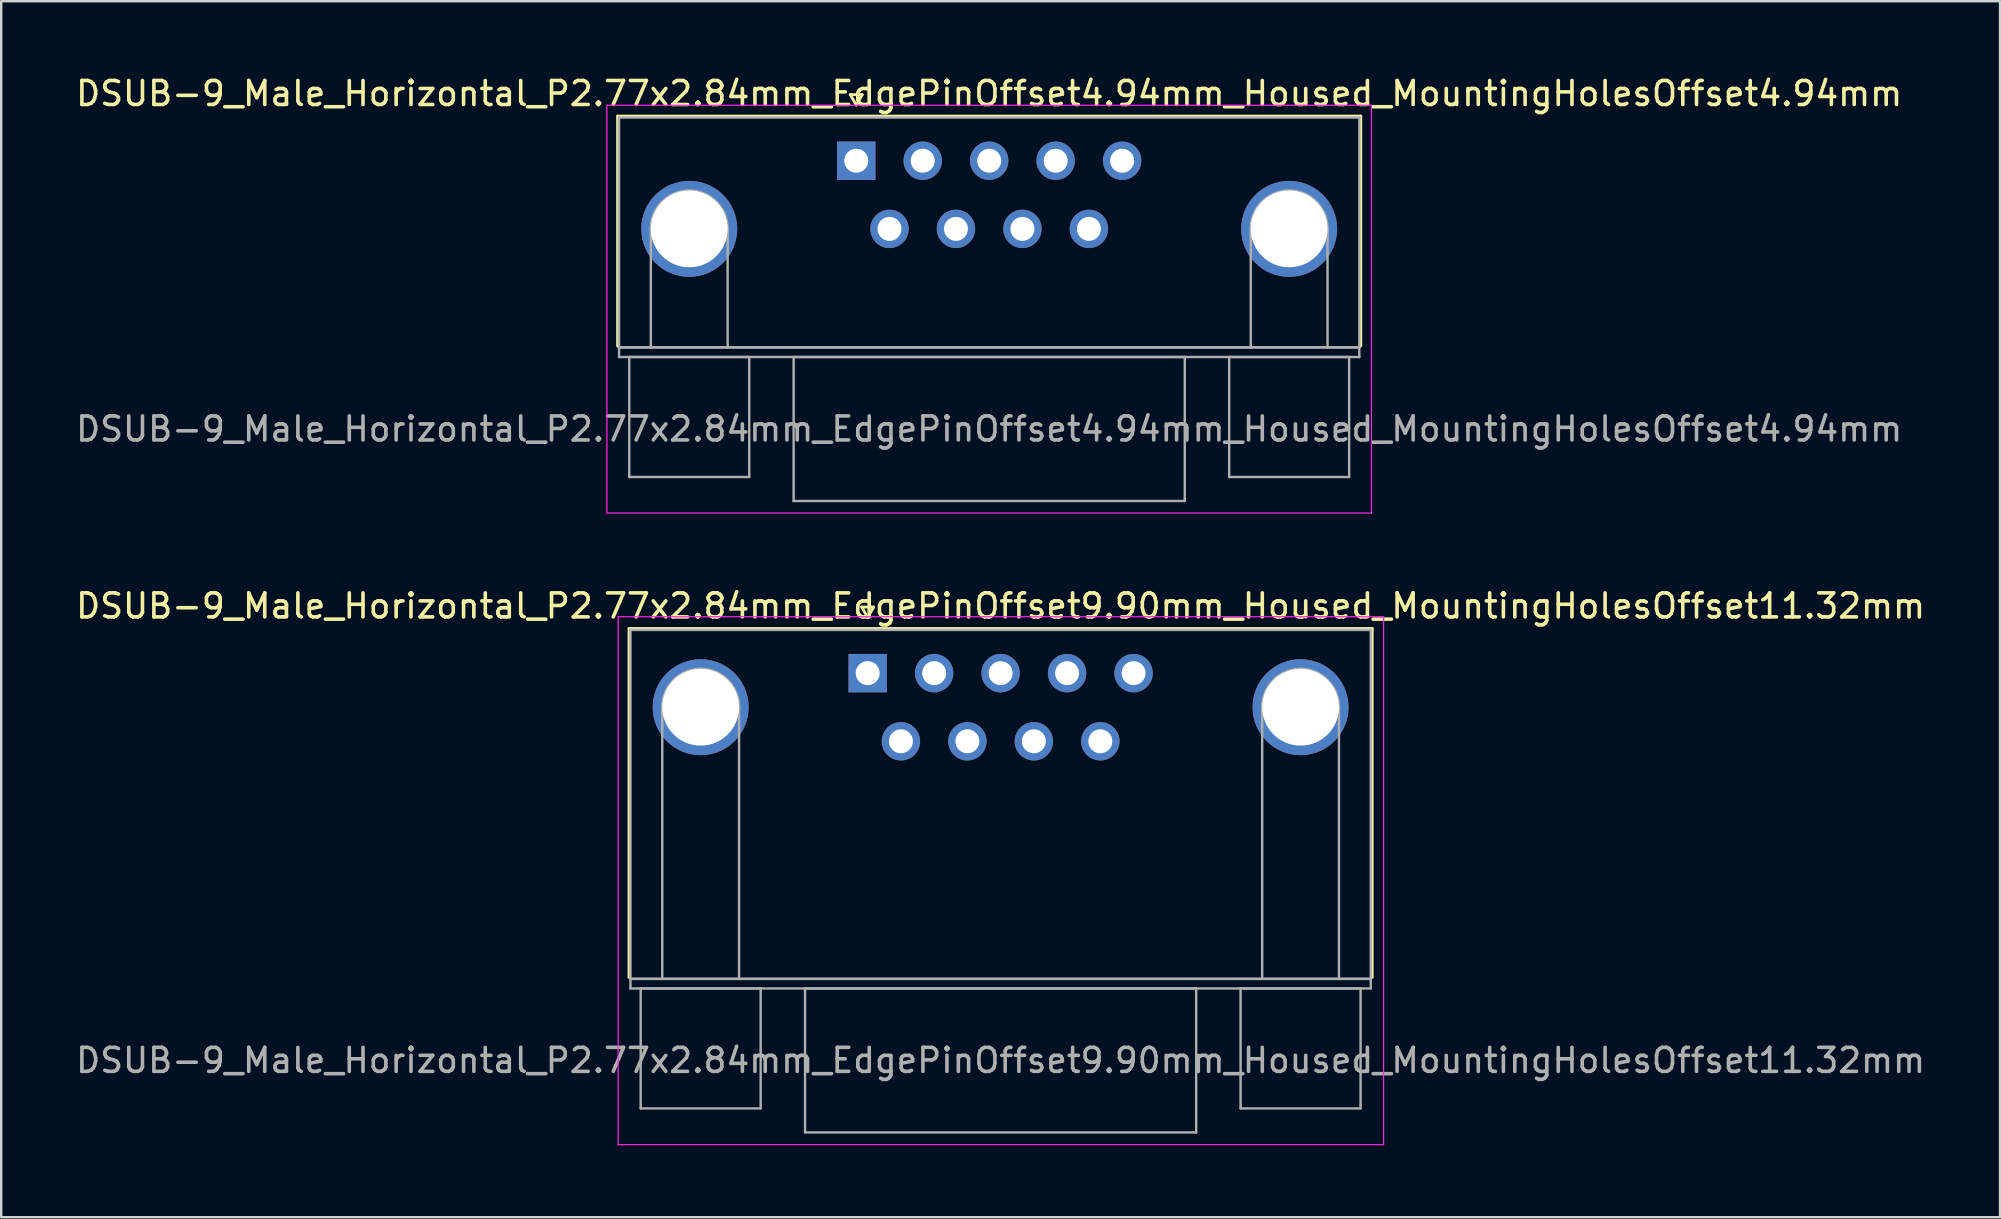
<source format=kicad_pcb>
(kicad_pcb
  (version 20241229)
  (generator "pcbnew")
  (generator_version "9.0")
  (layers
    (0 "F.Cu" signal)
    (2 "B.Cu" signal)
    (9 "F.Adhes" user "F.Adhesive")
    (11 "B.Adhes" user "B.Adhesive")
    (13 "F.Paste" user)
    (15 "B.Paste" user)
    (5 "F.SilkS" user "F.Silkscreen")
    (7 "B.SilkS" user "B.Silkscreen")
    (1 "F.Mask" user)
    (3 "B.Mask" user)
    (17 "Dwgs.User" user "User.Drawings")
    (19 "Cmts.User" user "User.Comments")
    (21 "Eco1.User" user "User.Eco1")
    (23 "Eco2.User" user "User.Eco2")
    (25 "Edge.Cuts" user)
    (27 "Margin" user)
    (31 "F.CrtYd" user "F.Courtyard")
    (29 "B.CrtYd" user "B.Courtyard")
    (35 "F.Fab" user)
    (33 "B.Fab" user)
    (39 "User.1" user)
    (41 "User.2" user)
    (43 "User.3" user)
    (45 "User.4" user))
  (footprint "DSUB-9_Male_Horizontal_P2.77x2.84mm_EdgePinOffset4.94mm_Housed_MountingHolesOffset4.94mm"
    (layer "F.Cu")
    (at 32.633 3.648)
    (property "Reference" "DSUB-9_Male_Horizontal_P2.77x2.84mm_EdgePinOffset4.94mm_Housed_MountingHolesOffset4.94mm" (at 5.54 -2.8 0) (layer "F.SilkS") (effects (font (size 1 1) (thickness 0.15))))
    (attr through_hole)
    (fp_line (start -9.945 -1.86) (end 21.025 -1.86) (stroke (width 0.12) (type solid)) (layer "F.SilkS"))
    (fp_line (start -9.945 7.72) (end -9.945 -1.86) (stroke (width 0.12) (type solid)) (layer "F.SilkS"))
    (fp_line (start -0.25 -2.754) (end 0.25 -2.754) (stroke (width 0.12) (type solid)) (layer "F.SilkS"))
    (fp_line (start 0 -2.321) (end -0.25 -2.754) (stroke (width 0.12) (type solid)) (layer "F.SilkS"))
    (fp_line (start 0.25 -2.754) (end 0 -2.321) (stroke (width 0.12) (type solid)) (layer "F.SilkS"))
    (fp_line (start 21.025 -1.86) (end 21.025 7.72) (stroke (width 0.12) (type solid)) (layer "F.SilkS"))
    (fp_line (start -10.39 -2.31) (end -10.39 14.68) (stroke (width 0.05) (type solid)) (layer "F.CrtYd"))
    (fp_line (start -10.39 14.68) (end 21.47 14.68) (stroke (width 0.05) (type solid)) (layer "F.CrtYd"))
    (fp_line (start 21.47 -2.31) (end -10.39 -2.31) (stroke (width 0.05) (type solid)) (layer "F.CrtYd"))
    (fp_line (start 21.47 14.68) (end 21.47 -2.31) (stroke (width 0.05) (type solid)) (layer "F.CrtYd"))
    (fp_line (start -9.885 -1.8) (end -9.885 7.78) (stroke (width 0.1) (type solid)) (layer "F.Fab"))
    (fp_line (start -9.885 7.78) (end -9.885 8.18) (stroke (width 0.1) (type solid)) (layer "F.Fab"))
    (fp_line (start -9.885 7.78) (end 20.965 7.78) (stroke (width 0.1) (type solid)) (layer "F.Fab"))
    (fp_line (start -9.885 8.18) (end 20.965 8.18) (stroke (width 0.1) (type solid)) (layer "F.Fab"))
    (fp_line (start -9.46 8.18) (end -9.46 13.18) (stroke (width 0.1) (type solid)) (layer "F.Fab"))
    (fp_line (start -9.46 13.18) (end -4.46 13.18) (stroke (width 0.1) (type solid)) (layer "F.Fab"))
    (fp_line (start -8.56 7.78) (end -8.56 2.84) (stroke (width 0.1) (type solid)) (layer "F.Fab"))
    (fp_line (start -5.36 7.78) (end -5.36 2.84) (stroke (width 0.1) (type solid)) (layer "F.Fab"))
    (fp_line (start -4.46 8.18) (end -9.46 8.18) (stroke (width 0.1) (type solid)) (layer "F.Fab"))
    (fp_line (start -4.46 13.18) (end -4.46 8.18) (stroke (width 0.1) (type solid)) (layer "F.Fab"))
    (fp_line (start -2.61 8.18) (end -2.61 14.18) (stroke (width 0.1) (type solid)) (layer "F.Fab"))
    (fp_line (start -2.61 14.18) (end 13.69 14.18) (stroke (width 0.1) (type solid)) (layer "F.Fab"))
    (fp_line (start 13.69 8.18) (end -2.61 8.18) (stroke (width 0.1) (type solid)) (layer "F.Fab"))
    (fp_line (start 13.69 14.18) (end 13.69 8.18) (stroke (width 0.1) (type solid)) (layer "F.Fab"))
    (fp_line (start 15.54 8.18) (end 15.54 13.18) (stroke (width 0.1) (type solid)) (layer "F.Fab"))
    (fp_line (start 15.54 13.18) (end 20.54 13.18) (stroke (width 0.1) (type solid)) (layer "F.Fab"))
    (fp_line (start 16.44 7.78) (end 16.44 2.84) (stroke (width 0.1) (type solid)) (layer "F.Fab"))
    (fp_line (start 19.64 7.78) (end 19.64 2.84) (stroke (width 0.1) (type solid)) (layer "F.Fab"))
    (fp_line (start 20.54 8.18) (end 15.54 8.18) (stroke (width 0.1) (type solid)) (layer "F.Fab"))
    (fp_line (start 20.54 13.18) (end 20.54 8.18) (stroke (width 0.1) (type solid)) (layer "F.Fab"))
    (fp_line (start 20.965 -1.8) (end -9.885 -1.8) (stroke (width 0.1) (type solid)) (layer "F.Fab"))
    (fp_line (start 20.965 7.78) (end -9.885 7.78) (stroke (width 0.1) (type solid)) (layer "F.Fab"))
    (fp_line (start 20.965 7.78) (end 20.965 -1.8) (stroke (width 0.1) (type solid)) (layer "F.Fab"))
    (fp_line (start 20.965 8.18) (end 20.965 7.78) (stroke (width 0.1) (type solid)) (layer "F.Fab"))
    (fp_arc (start -8.56 2.84) (mid -6.96 1.24) (end -5.36 2.84) (stroke (width 0.1) (type solid)) (layer "F.Fab"))
    (fp_arc (start 16.44 2.84) (mid 18.04 1.24) (end 19.64 2.84) (stroke (width 0.1) (type solid)) (layer "F.Fab"))
    (fp_text user "${REFERENCE}" (at 5.54 11.18 0) (layer "F.Fab") (effects (font (size 1 1) (thickness 0.15))))
    (pad "0" thru_hole circle (at -6.96 2.84) (size 4 4) (drill 3.2) (layers "*.Cu" "*.Mask"))
    (pad "0" thru_hole circle (at 18.04 2.84) (size 4 4) (drill 3.2) (layers "*.Cu" "*.Mask"))
    (pad "1" thru_hole rect (at 0 0) (size 1.6 1.6) (drill 1) (layers "*.Cu" "*.Mask"))
    (pad "2" thru_hole circle (at 2.77 0) (size 1.6 1.6) (drill 1) (layers "*.Cu" "*.Mask"))
    (pad "3" thru_hole circle (at 5.54 0) (size 1.6 1.6) (drill 1) (layers "*.Cu" "*.Mask"))
    (pad "4" thru_hole circle (at 8.31 0) (size 1.6 1.6) (drill 1) (layers "*.Cu" "*.Mask"))
    (pad "5" thru_hole circle (at 11.08 0) (size 1.6 1.6) (drill 1) (layers "*.Cu" "*.Mask"))
    (pad "6" thru_hole circle (at 1.385 2.84) (size 1.6 1.6) (drill 1) (layers "*.Cu" "*.Mask"))
    (pad "7" thru_hole circle (at 4.155 2.84) (size 1.6 1.6) (drill 1) (layers "*.Cu" "*.Mask"))
    (pad "8" thru_hole circle (at 6.925 2.84) (size 1.6 1.6) (drill 1) (layers "*.Cu" "*.Mask"))
    (pad "9" thru_hole circle (at 9.695 2.84) (size 1.6 1.6) (drill 1) (layers "*.Cu" "*.Mask")))
  (footprint "DSUB-9_Male_Horizontal_P2.77x2.84mm_EdgePinOffset9.90mm_Housed_MountingHolesOffset11.32mm"
    (layer "F.Cu")
    (at 33.109 25.002)
    (property "Reference" "DSUB-9_Male_Horizontal_P2.77x2.84mm_EdgePinOffset9.90mm_Housed_MountingHolesOffset11.32mm" (at 5.54 -2.8 0) (layer "F.SilkS") (effects (font (size 1 1) (thickness 0.15))))
    (attr through_hole)
    (fp_line (start -9.945 -1.86) (end 21.025 -1.86) (stroke (width 0.12) (type solid)) (layer "F.SilkS"))
    (fp_line (start -9.945 12.68) (end -9.945 -1.86) (stroke (width 0.12) (type solid)) (layer "F.SilkS"))
    (fp_line (start -0.25 -2.754) (end 0.25 -2.754) (stroke (width 0.12) (type solid)) (layer "F.SilkS"))
    (fp_line (start 0 -2.321) (end -0.25 -2.754) (stroke (width 0.12) (type solid)) (layer "F.SilkS"))
    (fp_line (start 0.25 -2.754) (end 0 -2.321) (stroke (width 0.12) (type solid)) (layer "F.SilkS"))
    (fp_line (start 21.025 -1.86) (end 21.025 12.68) (stroke (width 0.12) (type solid)) (layer "F.SilkS"))
    (fp_line (start -10.4 -2.35) (end -10.4 19.65) (stroke (width 0.05) (type solid)) (layer "F.CrtYd"))
    (fp_line (start -10.4 19.65) (end 21.5 19.65) (stroke (width 0.05) (type solid)) (layer "F.CrtYd"))
    (fp_line (start 21.5 -2.35) (end -10.4 -2.35) (stroke (width 0.05) (type solid)) (layer "F.CrtYd"))
    (fp_line (start 21.5 19.65) (end 21.5 -2.35) (stroke (width 0.05) (type solid)) (layer "F.CrtYd"))
    (fp_line (start -9.885 -1.8) (end -9.885 12.74) (stroke (width 0.1) (type solid)) (layer "F.Fab"))
    (fp_line (start -9.885 12.74) (end -9.885 13.14) (stroke (width 0.1) (type solid)) (layer "F.Fab"))
    (fp_line (start -9.885 12.74) (end 20.965 12.74) (stroke (width 0.1) (type solid)) (layer "F.Fab"))
    (fp_line (start -9.885 13.14) (end 20.965 13.14) (stroke (width 0.1) (type solid)) (layer "F.Fab"))
    (fp_line (start -9.46 13.14) (end -9.46 18.14) (stroke (width 0.1) (type solid)) (layer "F.Fab"))
    (fp_line (start -9.46 18.14) (end -4.46 18.14) (stroke (width 0.1) (type solid)) (layer "F.Fab"))
    (fp_line (start -8.56 12.74) (end -8.56 1.42) (stroke (width 0.1) (type solid)) (layer "F.Fab"))
    (fp_line (start -5.36 12.74) (end -5.36 1.42) (stroke (width 0.1) (type solid)) (layer "F.Fab"))
    (fp_line (start -4.46 13.14) (end -9.46 13.14) (stroke (width 0.1) (type solid)) (layer "F.Fab"))
    (fp_line (start -4.46 18.14) (end -4.46 13.14) (stroke (width 0.1) (type solid)) (layer "F.Fab"))
    (fp_line (start -2.61 13.14) (end -2.61 19.14) (stroke (width 0.1) (type solid)) (layer "F.Fab"))
    (fp_line (start -2.61 19.14) (end 13.69 19.14) (stroke (width 0.1) (type solid)) (layer "F.Fab"))
    (fp_line (start 13.69 13.14) (end -2.61 13.14) (stroke (width 0.1) (type solid)) (layer "F.Fab"))
    (fp_line (start 13.69 19.14) (end 13.69 13.14) (stroke (width 0.1) (type solid)) (layer "F.Fab"))
    (fp_line (start 15.54 13.14) (end 15.54 18.14) (stroke (width 0.1) (type solid)) (layer "F.Fab"))
    (fp_line (start 15.54 18.14) (end 20.54 18.14) (stroke (width 0.1) (type solid)) (layer "F.Fab"))
    (fp_line (start 16.44 12.74) (end 16.44 1.42) (stroke (width 0.1) (type solid)) (layer "F.Fab"))
    (fp_line (start 19.64 12.74) (end 19.64 1.42) (stroke (width 0.1) (type solid)) (layer "F.Fab"))
    (fp_line (start 20.54 13.14) (end 15.54 13.14) (stroke (width 0.1) (type solid)) (layer "F.Fab"))
    (fp_line (start 20.54 18.14) (end 20.54 13.14) (stroke (width 0.1) (type solid)) (layer "F.Fab"))
    (fp_line (start 20.965 -1.8) (end -9.885 -1.8) (stroke (width 0.1) (type solid)) (layer "F.Fab"))
    (fp_line (start 20.965 12.74) (end -9.885 12.74) (stroke (width 0.1) (type solid)) (layer "F.Fab"))
    (fp_line (start 20.965 12.74) (end 20.965 -1.8) (stroke (width 0.1) (type solid)) (layer "F.Fab"))
    (fp_line (start 20.965 13.14) (end 20.965 12.74) (stroke (width 0.1) (type solid)) (layer "F.Fab"))
    (fp_arc (start -8.56 1.42) (mid -6.96 -0.18) (end -5.36 1.42) (stroke (width 0.1) (type solid)) (layer "F.Fab"))
    (fp_arc (start 16.44 1.42) (mid 18.04 -0.18) (end 19.64 1.42) (stroke (width 0.1) (type solid)) (layer "F.Fab"))
    (fp_text user "${REFERENCE}" (at 5.54 16.14 0) (layer "F.Fab") (effects (font (size 1 1) (thickness 0.15))))
    (pad "0" thru_hole circle (at -6.96 1.42) (size 4 4) (drill 3.2) (layers "*.Cu" "*.Mask"))
    (pad "0" thru_hole circle (at 18.04 1.42) (size 4 4) (drill 3.2) (layers "*.Cu" "*.Mask"))
    (pad "1" thru_hole rect (at 0 0) (size 1.6 1.6) (drill 1) (layers "*.Cu" "*.Mask"))
    (pad "2" thru_hole circle (at 2.77 0) (size 1.6 1.6) (drill 1) (layers "*.Cu" "*.Mask"))
    (pad "3" thru_hole circle (at 5.54 0) (size 1.6 1.6) (drill 1) (layers "*.Cu" "*.Mask"))
    (pad "4" thru_hole circle (at 8.31 0) (size 1.6 1.6) (drill 1) (layers "*.Cu" "*.Mask"))
    (pad "5" thru_hole circle (at 11.08 0) (size 1.6 1.6) (drill 1) (layers "*.Cu" "*.Mask"))
    (pad "6" thru_hole circle (at 1.385 2.84) (size 1.6 1.6) (drill 1) (layers "*.Cu" "*.Mask"))
    (pad "7" thru_hole circle (at 4.155 2.84) (size 1.6 1.6) (drill 1) (layers "*.Cu" "*.Mask"))
    (pad "8" thru_hole circle (at 6.925 2.84) (size 1.6 1.6) (drill 1) (layers "*.Cu" "*.Mask"))
    (pad "9" thru_hole circle (at 9.695 2.84) (size 1.6 1.6) (drill 1) (layers "*.Cu" "*.Mask")))
  (gr_rect
    (start -3 -3)
    (end 80.298 47.676)
    (stroke (width 0.1) (type default))
    (fill no)
    (layer "Edge.Cuts")))
</source>
